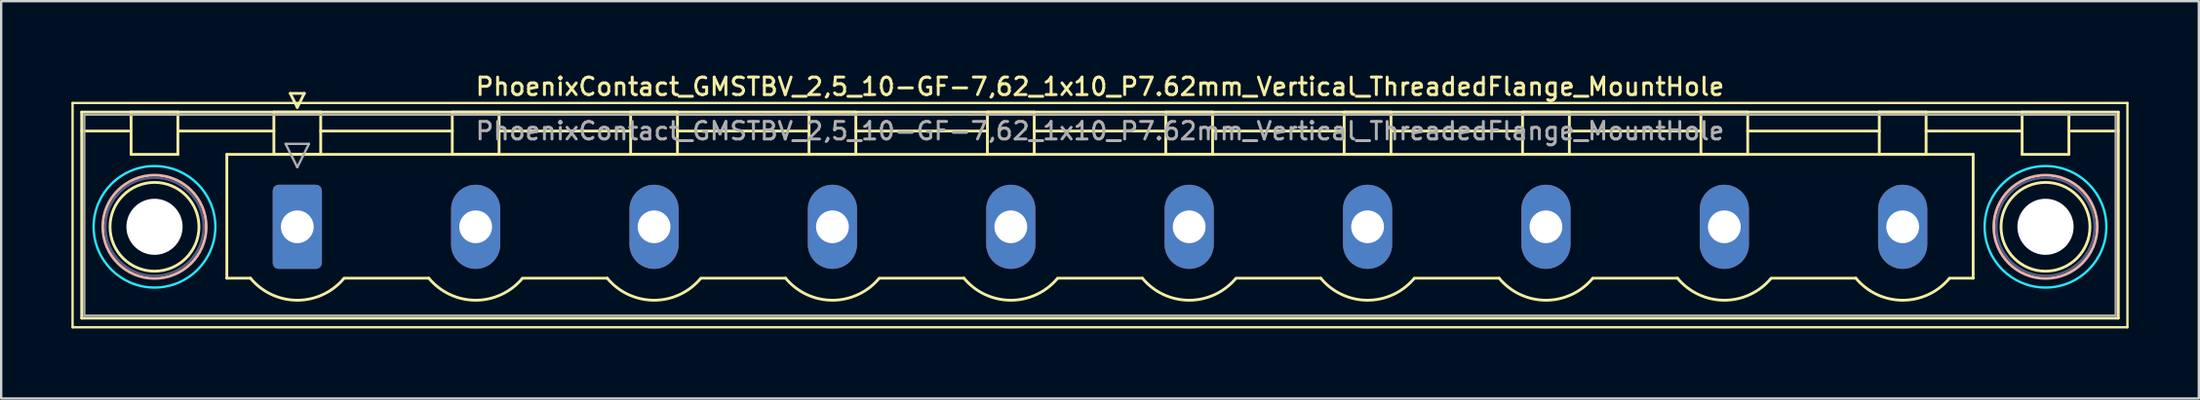
<source format=kicad_pcb>
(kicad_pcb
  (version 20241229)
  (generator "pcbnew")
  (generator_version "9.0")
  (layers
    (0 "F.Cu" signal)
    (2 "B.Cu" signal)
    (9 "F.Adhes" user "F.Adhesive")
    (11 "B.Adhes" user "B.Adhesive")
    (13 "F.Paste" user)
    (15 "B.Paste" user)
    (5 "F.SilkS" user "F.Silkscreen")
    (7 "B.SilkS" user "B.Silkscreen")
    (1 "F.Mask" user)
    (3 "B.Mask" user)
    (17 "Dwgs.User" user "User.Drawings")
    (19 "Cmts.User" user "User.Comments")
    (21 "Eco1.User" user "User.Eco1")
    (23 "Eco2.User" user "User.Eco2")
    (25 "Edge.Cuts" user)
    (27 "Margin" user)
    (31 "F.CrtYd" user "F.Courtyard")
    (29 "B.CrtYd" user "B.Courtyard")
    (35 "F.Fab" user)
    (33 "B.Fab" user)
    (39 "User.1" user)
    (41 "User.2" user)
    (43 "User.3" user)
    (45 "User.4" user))
  (footprint "PhoenixContact_GMSTBV_2,5_10-GF-7,62_1x10_P7.62mm_Vertical_ThreadedFlange_MountHole"
    (layer "F.Cu")
    (at 9.65 6.658)
    (property "Reference" "PhoenixContact_GMSTBV_2,5_10-GF-7,62_1x10_P7.62mm_Vertical_ThreadedFlange_MountHole" (at 34.29 -6 0) (layer "F.SilkS") (effects (font (size 0.75 0.75) (thickness 0.125))))
    (attr through_hole)
    (fp_line (start -9.6 -5.3) (end -9.6 4.3) (stroke (width 0.1) (type solid)) (layer "F.SilkS"))
    (fp_line (start -9.6 4.3) (end 78.18 4.3) (stroke (width 0.1) (type solid)) (layer "F.SilkS"))
    (fp_line (start -9.21 -4.91) (end -9.21 3.91) (stroke (width 0.12) (type solid)) (layer "F.SilkS"))
    (fp_line (start -9.21 -4.1) (end -7.21 -4.1) (stroke (width 0.12) (type solid)) (layer "F.SilkS"))
    (fp_line (start -9.21 3.91) (end 77.79 3.91) (stroke (width 0.12) (type solid)) (layer "F.SilkS"))
    (fp_line (start -7.1 -4.91) (end -5.1 -4.91) (stroke (width 0.12) (type solid)) (layer "F.SilkS"))
    (fp_line (start -7.1 -3.1) (end -7.1 -4.91) (stroke (width 0.12) (type solid)) (layer "F.SilkS"))
    (fp_line (start -5.1 -4.91) (end -5.1 -3.1) (stroke (width 0.12) (type solid)) (layer "F.SilkS"))
    (fp_line (start -5.1 -4.1) (end -1 -4.1) (stroke (width 0.12) (type solid)) (layer "F.SilkS"))
    (fp_line (start -5.1 -3.1) (end -7.1 -3.1) (stroke (width 0.12) (type solid)) (layer "F.SilkS"))
    (fp_line (start -3.01 -3.1) (end 71.59 -3.1) (stroke (width 0.12) (type solid)) (layer "F.SilkS"))
    (fp_line (start -3.01 2.2) (end -3.01 -3.1) (stroke (width 0.12) (type solid)) (layer "F.SilkS"))
    (fp_line (start -2 2.2) (end -3.01 2.2) (stroke (width 0.12) (type solid)) (layer "F.SilkS"))
    (fp_line (start -1 -4.91) (end 1 -4.91) (stroke (width 0.12) (type solid)) (layer "F.SilkS"))
    (fp_line (start -1 -3.1) (end -1 -4.91) (stroke (width 0.12) (type solid)) (layer "F.SilkS"))
    (fp_line (start -0.3 -5.71) (end 0.3 -5.71) (stroke (width 0.12) (type solid)) (layer "F.SilkS"))
    (fp_line (start 0 -5.11) (end -0.3 -5.71) (stroke (width 0.12) (type solid)) (layer "F.SilkS"))
    (fp_line (start 0.3 -5.71) (end 0 -5.11) (stroke (width 0.12) (type solid)) (layer "F.SilkS"))
    (fp_line (start 1 -4.91) (end 1 -3.1) (stroke (width 0.12) (type solid)) (layer "F.SilkS"))
    (fp_line (start 1 -4.1) (end 6.62 -4.1) (stroke (width 0.12) (type solid)) (layer "F.SilkS"))
    (fp_line (start 1 -3.1) (end -1 -3.1) (stroke (width 0.12) (type solid)) (layer "F.SilkS"))
    (fp_line (start 2 2.2) (end 5.62 2.2) (stroke (width 0.12) (type solid)) (layer "F.SilkS"))
    (fp_line (start 6.62 -4.91) (end 8.62 -4.91) (stroke (width 0.12) (type solid)) (layer "F.SilkS"))
    (fp_line (start 6.62 -3.1) (end 6.62 -4.91) (stroke (width 0.12) (type solid)) (layer "F.SilkS"))
    (fp_line (start 8.62 -4.91) (end 8.62 -3.1) (stroke (width 0.12) (type solid)) (layer "F.SilkS"))
    (fp_line (start 8.62 -4.1) (end 14.24 -4.1) (stroke (width 0.12) (type solid)) (layer "F.SilkS"))
    (fp_line (start 8.62 -3.1) (end 6.62 -3.1) (stroke (width 0.12) (type solid)) (layer "F.SilkS"))
    (fp_line (start 9.62 2.2) (end 13.24 2.2) (stroke (width 0.12) (type solid)) (layer "F.SilkS"))
    (fp_line (start 14.24 -4.91) (end 16.24 -4.91) (stroke (width 0.12) (type solid)) (layer "F.SilkS"))
    (fp_line (start 14.24 -3.1) (end 14.24 -4.91) (stroke (width 0.12) (type solid)) (layer "F.SilkS"))
    (fp_line (start 16.24 -4.91) (end 16.24 -3.1) (stroke (width 0.12) (type solid)) (layer "F.SilkS"))
    (fp_line (start 16.24 -4.1) (end 21.86 -4.1) (stroke (width 0.12) (type solid)) (layer "F.SilkS"))
    (fp_line (start 16.24 -3.1) (end 14.24 -3.1) (stroke (width 0.12) (type solid)) (layer "F.SilkS"))
    (fp_line (start 17.24 2.2) (end 20.86 2.2) (stroke (width 0.12) (type solid)) (layer "F.SilkS"))
    (fp_line (start 21.86 -4.91) (end 23.86 -4.91) (stroke (width 0.12) (type solid)) (layer "F.SilkS"))
    (fp_line (start 21.86 -3.1) (end 21.86 -4.91) (stroke (width 0.12) (type solid)) (layer "F.SilkS"))
    (fp_line (start 23.86 -4.91) (end 23.86 -3.1) (stroke (width 0.12) (type solid)) (layer "F.SilkS"))
    (fp_line (start 23.86 -4.1) (end 29.48 -4.1) (stroke (width 0.12) (type solid)) (layer "F.SilkS"))
    (fp_line (start 23.86 -3.1) (end 21.86 -3.1) (stroke (width 0.12) (type solid)) (layer "F.SilkS"))
    (fp_line (start 24.86 2.2) (end 28.48 2.2) (stroke (width 0.12) (type solid)) (layer "F.SilkS"))
    (fp_line (start 29.48 -4.91) (end 31.48 -4.91) (stroke (width 0.12) (type solid)) (layer "F.SilkS"))
    (fp_line (start 29.48 -3.1) (end 29.48 -4.91) (stroke (width 0.12) (type solid)) (layer "F.SilkS"))
    (fp_line (start 31.48 -4.91) (end 31.48 -3.1) (stroke (width 0.12) (type solid)) (layer "F.SilkS"))
    (fp_line (start 31.48 -4.1) (end 37.1 -4.1) (stroke (width 0.12) (type solid)) (layer "F.SilkS"))
    (fp_line (start 31.48 -3.1) (end 29.48 -3.1) (stroke (width 0.12) (type solid)) (layer "F.SilkS"))
    (fp_line (start 32.48 2.2) (end 36.1 2.2) (stroke (width 0.12) (type solid)) (layer "F.SilkS"))
    (fp_line (start 37.1 -4.91) (end 39.1 -4.91) (stroke (width 0.12) (type solid)) (layer "F.SilkS"))
    (fp_line (start 37.1 -3.1) (end 37.1 -4.91) (stroke (width 0.12) (type solid)) (layer "F.SilkS"))
    (fp_line (start 39.1 -4.91) (end 39.1 -3.1) (stroke (width 0.12) (type solid)) (layer "F.SilkS"))
    (fp_line (start 39.1 -4.1) (end 44.72 -4.1) (stroke (width 0.12) (type solid)) (layer "F.SilkS"))
    (fp_line (start 39.1 -3.1) (end 37.1 -3.1) (stroke (width 0.12) (type solid)) (layer "F.SilkS"))
    (fp_line (start 40.1 2.2) (end 43.72 2.2) (stroke (width 0.12) (type solid)) (layer "F.SilkS"))
    (fp_line (start 44.72 -4.91) (end 46.72 -4.91) (stroke (width 0.12) (type solid)) (layer "F.SilkS"))
    (fp_line (start 44.72 -3.1) (end 44.72 -4.91) (stroke (width 0.12) (type solid)) (layer "F.SilkS"))
    (fp_line (start 46.72 -4.91) (end 46.72 -3.1) (stroke (width 0.12) (type solid)) (layer "F.SilkS"))
    (fp_line (start 46.72 -4.1) (end 52.34 -4.1) (stroke (width 0.12) (type solid)) (layer "F.SilkS"))
    (fp_line (start 46.72 -3.1) (end 44.72 -3.1) (stroke (width 0.12) (type solid)) (layer "F.SilkS"))
    (fp_line (start 47.72 2.2) (end 51.34 2.2) (stroke (width 0.12) (type solid)) (layer "F.SilkS"))
    (fp_line (start 52.34 -4.91) (end 54.34 -4.91) (stroke (width 0.12) (type solid)) (layer "F.SilkS"))
    (fp_line (start 52.34 -3.1) (end 52.34 -4.91) (stroke (width 0.12) (type solid)) (layer "F.SilkS"))
    (fp_line (start 54.34 -4.91) (end 54.34 -3.1) (stroke (width 0.12) (type solid)) (layer "F.SilkS"))
    (fp_line (start 54.34 -4.1) (end 59.96 -4.1) (stroke (width 0.12) (type solid)) (layer "F.SilkS"))
    (fp_line (start 54.34 -3.1) (end 52.34 -3.1) (stroke (width 0.12) (type solid)) (layer "F.SilkS"))
    (fp_line (start 55.34 2.2) (end 58.96 2.2) (stroke (width 0.12) (type solid)) (layer "F.SilkS"))
    (fp_line (start 59.96 -4.91) (end 61.96 -4.91) (stroke (width 0.12) (type solid)) (layer "F.SilkS"))
    (fp_line (start 59.96 -3.1) (end 59.96 -4.91) (stroke (width 0.12) (type solid)) (layer "F.SilkS"))
    (fp_line (start 61.96 -4.91) (end 61.96 -3.1) (stroke (width 0.12) (type solid)) (layer "F.SilkS"))
    (fp_line (start 61.96 -4.1) (end 67.58 -4.1) (stroke (width 0.12) (type solid)) (layer "F.SilkS"))
    (fp_line (start 61.96 -3.1) (end 59.96 -3.1) (stroke (width 0.12) (type solid)) (layer "F.SilkS"))
    (fp_line (start 62.96 2.2) (end 66.58 2.2) (stroke (width 0.12) (type solid)) (layer "F.SilkS"))
    (fp_line (start 67.58 -4.91) (end 69.58 -4.91) (stroke (width 0.12) (type solid)) (layer "F.SilkS"))
    (fp_line (start 67.58 -3.1) (end 67.58 -4.91) (stroke (width 0.12) (type solid)) (layer "F.SilkS"))
    (fp_line (start 69.58 -4.91) (end 69.58 -3.1) (stroke (width 0.12) (type solid)) (layer "F.SilkS"))
    (fp_line (start 69.58 -4.1) (end 73.68 -4.1) (stroke (width 0.12) (type solid)) (layer "F.SilkS"))
    (fp_line (start 69.58 -3.1) (end 67.58 -3.1) (stroke (width 0.12) (type solid)) (layer "F.SilkS"))
    (fp_line (start 71.59 -3.1) (end 71.59 2.2) (stroke (width 0.12) (type solid)) (layer "F.SilkS"))
    (fp_line (start 71.59 2.2) (end 70.58 2.2) (stroke (width 0.12) (type solid)) (layer "F.SilkS"))
    (fp_line (start 73.68 -4.91) (end 75.68 -4.91) (stroke (width 0.12) (type solid)) (layer "F.SilkS"))
    (fp_line (start 73.68 -3.1) (end 73.68 -4.91) (stroke (width 0.12) (type solid)) (layer "F.SilkS"))
    (fp_line (start 75.68 -4.91) (end 75.68 -3.1) (stroke (width 0.12) (type solid)) (layer "F.SilkS"))
    (fp_line (start 75.68 -3.1) (end 73.68 -3.1) (stroke (width 0.12) (type solid)) (layer "F.SilkS"))
    (fp_line (start 77.79 -4.91) (end -9.21 -4.91) (stroke (width 0.12) (type solid)) (layer "F.SilkS"))
    (fp_line (start 77.79 -4.1) (end 75.79 -4.1) (stroke (width 0.12) (type solid)) (layer "F.SilkS"))
    (fp_line (start 77.79 3.91) (end 77.79 -4.91) (stroke (width 0.12) (type solid)) (layer "F.SilkS"))
    (fp_line (start 78.18 -5.3) (end -9.6 -5.3) (stroke (width 0.1) (type solid)) (layer "F.SilkS"))
    (fp_line (start 78.18 4.3) (end 78.18 -5.3) (stroke (width 0.1) (type solid)) (layer "F.SilkS"))
    (fp_arc (start 1.986842 2.215821) (mid -0.010289 3.142758) (end -2 2.2) (stroke (width 0.12) (type solid)) (layer "F.SilkS"))
    (fp_arc (start 9.606842 2.215821) (mid 7.609711 3.142758) (end 5.62 2.2) (stroke (width 0.12) (type solid)) (layer "F.SilkS"))
    (fp_arc (start 17.226842 2.215821) (mid 15.229711 3.142758) (end 13.24 2.2) (stroke (width 0.12) (type solid)) (layer "F.SilkS"))
    (fp_arc (start 24.846842 2.215821) (mid 22.849711 3.142758) (end 20.86 2.2) (stroke (width 0.12) (type solid)) (layer "F.SilkS"))
    (fp_arc (start 32.466842 2.215821) (mid 30.469711 3.142758) (end 28.48 2.2) (stroke (width 0.12) (type solid)) (layer "F.SilkS"))
    (fp_arc (start 40.086842 2.215821) (mid 38.089711 3.142758) (end 36.1 2.2) (stroke (width 0.12) (type solid)) (layer "F.SilkS"))
    (fp_arc (start 47.706842 2.215821) (mid 45.709711 3.142758) (end 43.72 2.2) (stroke (width 0.12) (type solid)) (layer "F.SilkS"))
    (fp_arc (start 55.326842 2.215821) (mid 53.329711 3.142758) (end 51.34 2.2) (stroke (width 0.12) (type solid)) (layer "F.SilkS"))
    (fp_arc (start 62.946842 2.215821) (mid 60.949711 3.142758) (end 58.96 2.2) (stroke (width 0.12) (type solid)) (layer "F.SilkS"))
    (fp_arc (start 70.566842 2.215821) (mid 68.569711 3.142758) (end 66.58 2.2) (stroke (width 0.12) (type solid)) (layer "F.SilkS"))
    (fp_circle (center -6.1 0) (end -4.2 0) (stroke (width 0.12) (type solid)) (fill no) (layer "F.SilkS"))
    (fp_circle (center 74.68 0) (end 76.58 0) (stroke (width 0.12) (type solid)) (fill no) (layer "F.SilkS"))
    (fp_circle (center -6.1 0) (end -3.89 0) (stroke (width 0.12) (type solid)) (fill no) (layer "B.SilkS"))
    (fp_circle (center 74.68 0) (end 76.89 0) (stroke (width 0.12) (type solid)) (fill no) (layer "B.SilkS"))
    (fp_circle (center -6.1 0) (end -3.5 0) (stroke (width 0.1) (type solid)) (fill no) (layer "B.CrtYd"))
    (fp_circle (center 74.68 0) (end 77.28 0) (stroke (width 0.1) (type solid)) (fill no) (layer "B.CrtYd"))
    (fp_circle (center -6.1 0) (end -4 0) (stroke (width 0.1) (type solid)) (fill no) (layer "B.Fab"))
    (fp_circle (center 74.68 0) (end 76.78 0) (stroke (width 0.1) (type solid)) (fill no) (layer "B.Fab"))
    (fp_line (start -9.1 -4.8) (end -9.1 3.8) (stroke (width 0.1) (type solid)) (layer "F.Fab"))
    (fp_line (start -9.1 3.8) (end 77.68 3.8) (stroke (width 0.1) (type solid)) (layer "F.Fab"))
    (fp_line (start -0.5 -3.55) (end 0.5 -3.55) (stroke (width 0.1) (type solid)) (layer "F.Fab"))
    (fp_line (start 0 -2.55) (end -0.5 -3.55) (stroke (width 0.1) (type solid)) (layer "F.Fab"))
    (fp_line (start 0.5 -3.55) (end 0 -2.55) (stroke (width 0.1) (type solid)) (layer "F.Fab"))
    (fp_line (start 77.68 -4.8) (end -9.1 -4.8) (stroke (width 0.1) (type solid)) (layer "F.Fab"))
    (fp_line (start 77.68 3.8) (end 77.68 -4.8) (stroke (width 0.1) (type solid)) (layer "F.Fab"))
    (fp_text user "${REFERENCE}" (at 34.29 -4.1 0) (layer "F.Fab") (effects (font (size 0.75 0.75) (thickness 0.125))))
    (pad "" np_thru_hole circle (at -6.1 0) (size 2.4 2.4) (drill 2.4) (layers "*.Cu" "*.Mask"))
    (pad "" np_thru_hole circle (at 74.68 0) (size 2.4 2.4) (drill 2.4) (layers "*.Cu" "*.Mask"))
    (pad "1" thru_hole roundrect (at 0 0) (size 2.1 3.6) (drill 1.4) (layers "*.Cu" "*.Mask") (roundrect_rratio 0.119))
    (pad "2" thru_hole oval (at 7.62 0) (size 2.1 3.6) (drill 1.4) (layers "*.Cu" "*.Mask"))
    (pad "3" thru_hole oval (at 15.24 0) (size 2.1 3.6) (drill 1.4) (layers "*.Cu" "*.Mask"))
    (pad "4" thru_hole oval (at 22.86 0) (size 2.1 3.6) (drill 1.4) (layers "*.Cu" "*.Mask"))
    (pad "5" thru_hole oval (at 30.48 0) (size 2.1 3.6) (drill 1.4) (layers "*.Cu" "*.Mask"))
    (pad "6" thru_hole oval (at 38.1 0) (size 2.1 3.6) (drill 1.4) (layers "*.Cu" "*.Mask"))
    (pad "7" thru_hole oval (at 45.72 0) (size 2.1 3.6) (drill 1.4) (layers "*.Cu" "*.Mask"))
    (pad "8" thru_hole oval (at 53.34 0) (size 2.1 3.6) (drill 1.4) (layers "*.Cu" "*.Mask"))
    (pad "9" thru_hole oval (at 60.96 0) (size 2.1 3.6) (drill 1.4) (layers "*.Cu" "*.Mask"))
    (pad "10" thru_hole oval (at 68.58 0) (size 2.1 3.6) (drill 1.4) (layers "*.Cu" "*.Mask")))
  (gr_rect
    (start -3 -3)
    (end 90.88 14.008)
    (stroke (width 0.1) (type default))
    (fill no)
    (layer "Edge.Cuts")))
</source>
